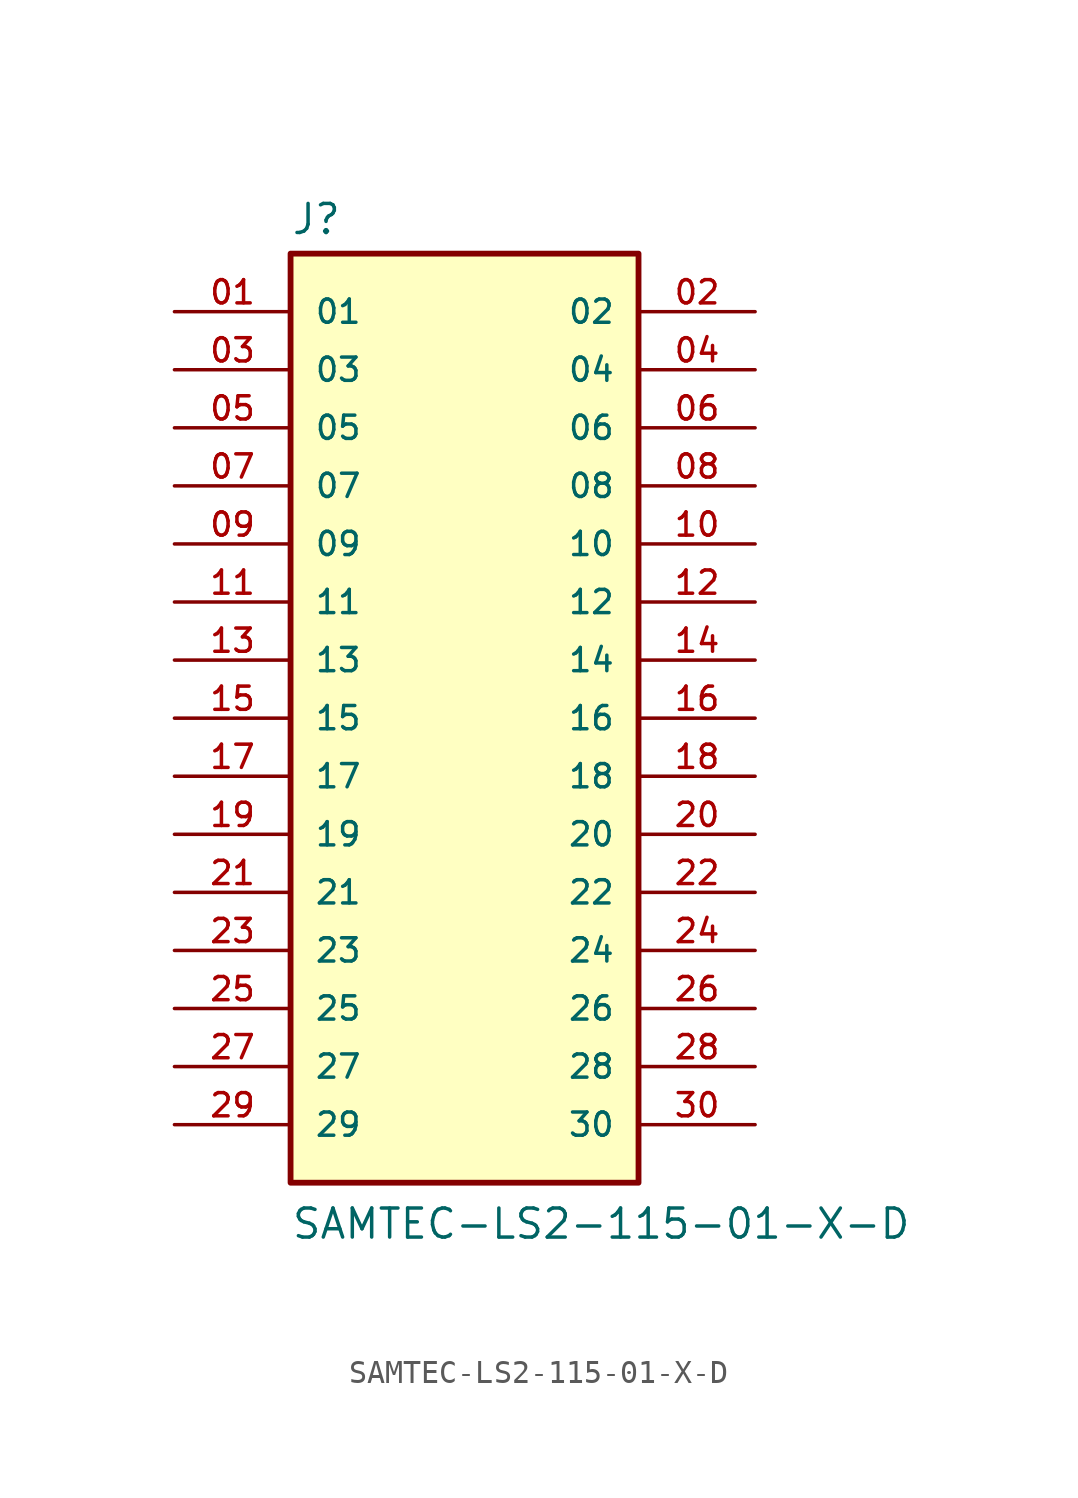
<source format=kicad_sym>
(kicad_symbol_lib
  (version 20231120)
  (generator "kicad_symbol_editor")
  (generator_version "8.0")
  (symbol "SAMTEC-LS2-115-01-X-D"
    (pin_names
      (offset 1.016))
    (property "Reference" "J"
      (at -7.62 21.082 0)
      (effects (font (size 1.27 1.27)) (justify left bottom)))
    (property "Value" "SAMTEC-LS2-115-01-X-D"
      (at -7.62 -22.86 0)
      (effects (font (size 1.27 1.27)) (justify left bottom)))
    (symbol "SAMTEC-LS2-115-01-X-D_0_0"
      (rectangle (start -7.62 -20.32) (end 7.6 20.32) (stroke (width 0.254) (type default)) (fill (type background)))
      (pin passive line (at -12.7 17.78 0) (length 5.08) (name "01" (effects (font (size 1.016 1.016)))) (number "01" (effects (font (size 1.016 1.016)))))
      (pin passive line (at 12.7 17.78 180) (length 5.08) (name "02" (effects (font (size 1.016 1.016)))) (number "02" (effects (font (size 1.016 1.016)))))
      (pin passive line (at -12.7 15.24 0) (length 5.08) (name "03" (effects (font (size 1.016 1.016)))) (number "03" (effects (font (size 1.016 1.016)))))
      (pin passive line (at 12.7 15.24 180) (length 5.08) (name "04" (effects (font (size 1.016 1.016)))) (number "04" (effects (font (size 1.016 1.016)))))
      (pin passive line (at -12.7 12.7 0) (length 5.08) (name "05" (effects (font (size 1.016 1.016)))) (number "05" (effects (font (size 1.016 1.016)))))
      (pin passive line (at 12.7 12.7 180) (length 5.08) (name "06" (effects (font (size 1.016 1.016)))) (number "06" (effects (font (size 1.016 1.016)))))
      (pin passive line (at -12.7 10.16 0) (length 5.08) (name "07" (effects (font (size 1.016 1.016)))) (number "07" (effects (font (size 1.016 1.016)))))
      (pin passive line (at 12.7 10.16 180) (length 5.08) (name "08" (effects (font (size 1.016 1.016)))) (number "08" (effects (font (size 1.016 1.016)))))
      (pin passive line (at -12.7 7.62 0) (length 5.08) (name "09" (effects (font (size 1.016 1.016)))) (number "09" (effects (font (size 1.016 1.016)))))
      (pin passive line (at 12.7 7.62 180) (length 5.08) (name "10" (effects (font (size 1.016 1.016)))) (number "10" (effects (font (size 1.016 1.016)))))
      (pin passive line (at -12.7 5.08 0) (length 5.08) (name "11" (effects (font (size 1.016 1.016)))) (number "11" (effects (font (size 1.016 1.016)))))
      (pin passive line (at 12.7 5.08 180) (length 5.08) (name "12" (effects (font (size 1.016 1.016)))) (number "12" (effects (font (size 1.016 1.016)))))
      (pin passive line (at -12.7 2.54 0) (length 5.08) (name "13" (effects (font (size 1.016 1.016)))) (number "13" (effects (font (size 1.016 1.016)))))
      (pin passive line (at 12.7 2.54 180) (length 5.08) (name "14" (effects (font (size 1.016 1.016)))) (number "14" (effects (font (size 1.016 1.016)))))
      (pin passive line (at -12.7 0 0) (length 5.08) (name "15" (effects (font (size 1.016 1.016)))) (number "15" (effects (font (size 1.016 1.016)))))
      (pin passive line (at 12.7 0 180) (length 5.08) (name "16" (effects (font (size 1.016 1.016)))) (number "16" (effects (font (size 1.016 1.016)))))
      (pin passive line (at -12.7 -2.54 0) (length 5.08) (name "17" (effects (font (size 1.016 1.016)))) (number "17" (effects (font (size 1.016 1.016)))))
      (pin passive line (at 12.7 -2.54 180) (length 5.08) (name "18" (effects (font (size 1.016 1.016)))) (number "18" (effects (font (size 1.016 1.016)))))
      (pin passive line (at -12.7 -5.08 0) (length 5.08) (name "19" (effects (font (size 1.016 1.016)))) (number "19" (effects (font (size 1.016 1.016)))))
      (pin passive line (at 12.7 -5.08 180) (length 5.08) (name "20" (effects (font (size 1.016 1.016)))) (number "20" (effects (font (size 1.016 1.016)))))
      (pin passive line (at -12.7 -7.62 0) (length 5.08) (name "21" (effects (font (size 1.016 1.016)))) (number "21" (effects (font (size 1.016 1.016)))))
      (pin passive line (at 12.7 -7.62 180) (length 5.08) (name "22" (effects (font (size 1.016 1.016)))) (number "22" (effects (font (size 1.016 1.016)))))
      (pin passive line (at -12.7 -10.16 0) (length 5.08) (name "23" (effects (font (size 1.016 1.016)))) (number "23" (effects (font (size 1.016 1.016)))))
      (pin passive line (at 12.7 -10.16 180) (length 5.08) (name "24" (effects (font (size 1.016 1.016)))) (number "24" (effects (font (size 1.016 1.016)))))
      (pin passive line (at -12.7 -12.7 0) (length 5.08) (name "25" (effects (font (size 1.016 1.016)))) (number "25" (effects (font (size 1.016 1.016)))))
      (pin passive line (at 12.7 -12.7 180) (length 5.08) (name "26" (effects (font (size 1.016 1.016)))) (number "26" (effects (font (size 1.016 1.016)))))
      (pin passive line (at -12.7 -15.24 0) (length 5.08) (name "27" (effects (font (size 1.016 1.016)))) (number "27" (effects (font (size 1.016 1.016)))))
      (pin passive line (at 12.7 -15.24 180) (length 5.08) (name "28" (effects (font (size 1.016 1.016)))) (number "28" (effects (font (size 1.016 1.016)))))
      (pin passive line (at -12.7 -17.78 0) (length 5.08) (name "29" (effects (font (size 1.016 1.016)))) (number "29" (effects (font (size 1.016 1.016)))))
      (pin passive line (at 12.7 -17.78 180) (length 5.08) (name "30" (effects (font (size 1.016 1.016)))) (number "30" (effects (font (size 1.016 1.016))))))))
</source>
